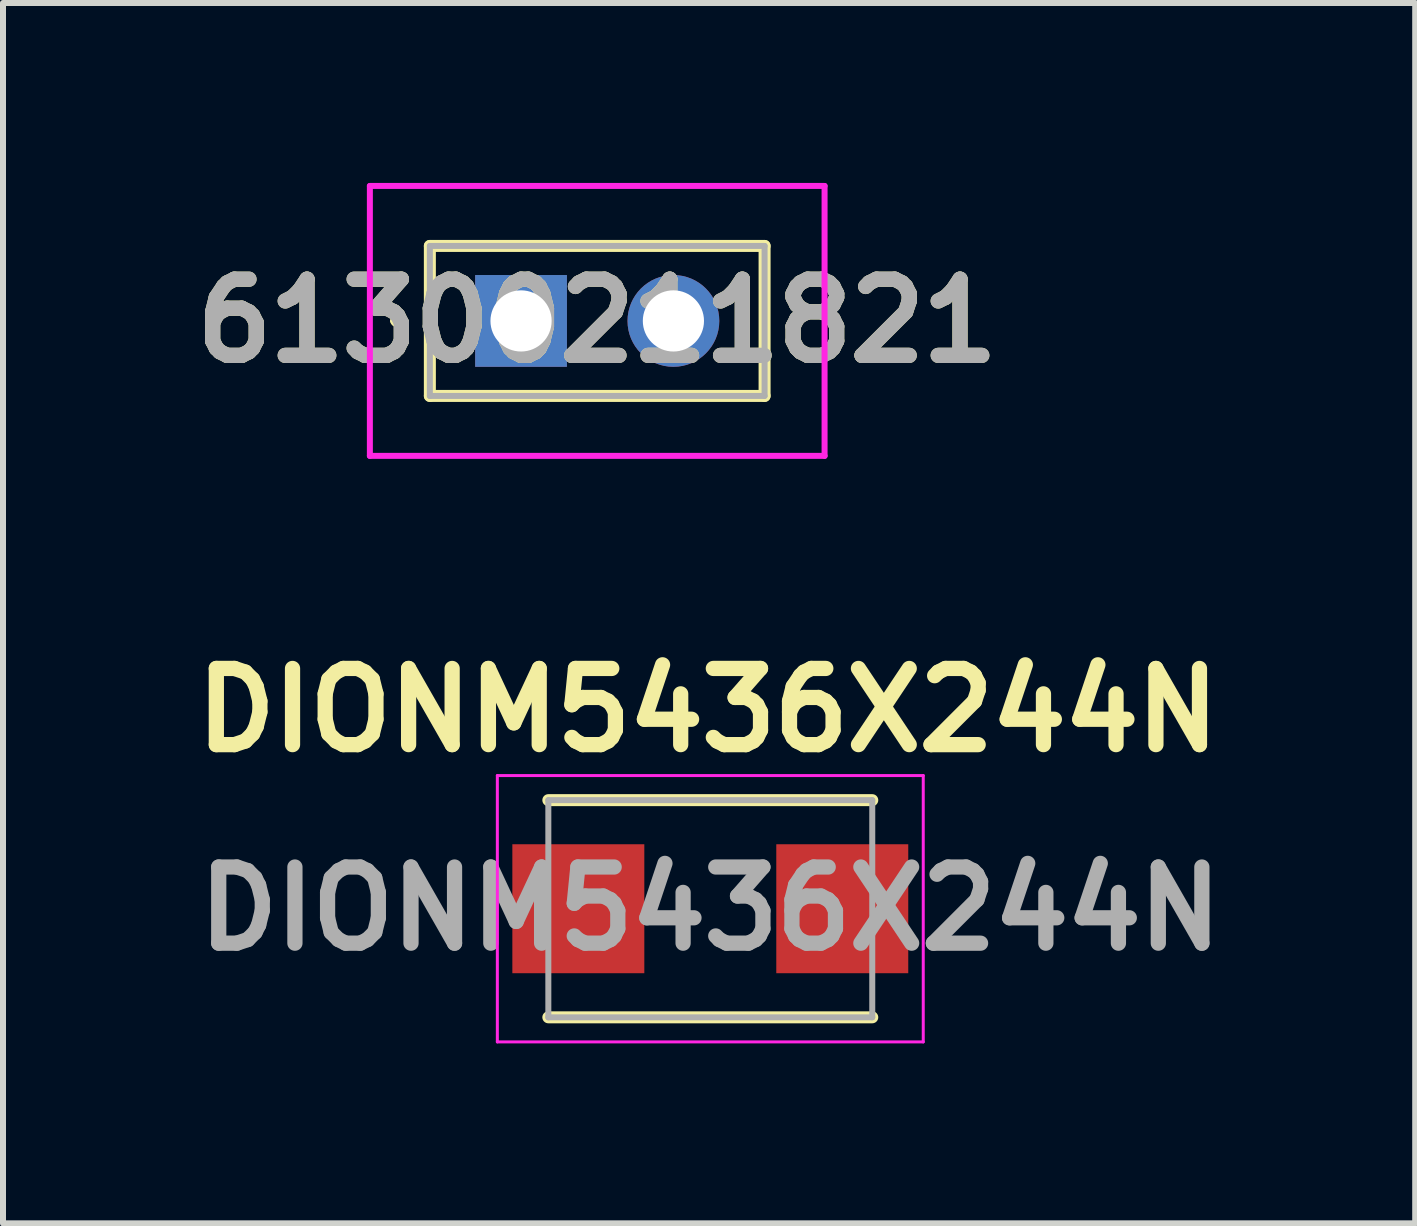
<source format=kicad_pcb>
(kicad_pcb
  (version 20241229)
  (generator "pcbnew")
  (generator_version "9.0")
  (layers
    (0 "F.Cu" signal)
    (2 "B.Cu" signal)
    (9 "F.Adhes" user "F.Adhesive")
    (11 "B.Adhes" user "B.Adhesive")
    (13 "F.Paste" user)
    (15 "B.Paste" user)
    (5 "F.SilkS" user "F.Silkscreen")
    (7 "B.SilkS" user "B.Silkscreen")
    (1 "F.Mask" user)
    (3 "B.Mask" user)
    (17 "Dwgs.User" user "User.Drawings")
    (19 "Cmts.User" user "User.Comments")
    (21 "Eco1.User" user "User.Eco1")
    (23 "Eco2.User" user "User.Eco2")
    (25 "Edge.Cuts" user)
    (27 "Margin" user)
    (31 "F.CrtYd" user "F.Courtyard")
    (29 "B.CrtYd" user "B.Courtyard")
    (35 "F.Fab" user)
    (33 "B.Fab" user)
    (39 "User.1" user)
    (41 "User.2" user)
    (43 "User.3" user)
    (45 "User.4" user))
  (footprint "61300211821"
    (layer "F.Cu")
    (at 5.636 2.3)
    (property "Reference" "61300211821" (at 1.27 0 0) (layer "F.SilkS") (effects (font (size 1.27 1.27) (thickness 0.254))))
    (attr through_hole)
    (fp_line (start -2.13 0) (end -2.13 0) (stroke (width 0.1) (type solid)) (layer "F.SilkS"))
    (fp_line (start -2.03 0) (end -2.03 0) (stroke (width 0.1) (type solid)) (layer "F.SilkS"))
    (fp_line (start -1.52 -1.25) (end 4.06 -1.25) (stroke (width 0.2) (type solid)) (layer "F.SilkS"))
    (fp_line (start -1.52 1.25) (end -1.52 -1.25) (stroke (width 0.2) (type solid)) (layer "F.SilkS"))
    (fp_line (start 4.06 -1.25) (end 4.06 1.25) (stroke (width 0.2) (type solid)) (layer "F.SilkS"))
    (fp_line (start 4.06 1.25) (end -1.52 1.25) (stroke (width 0.2) (type solid)) (layer "F.SilkS"))
    (fp_arc (start -2.13 0) (mid -2.08 -0.05) (end -2.03 0) (stroke (width 0.1) (type solid)) (layer "F.SilkS"))
    (fp_arc (start -2.03 0) (mid -2.08 0.05) (end -2.13 0) (stroke (width 0.1) (type solid)) (layer "F.SilkS"))
    (fp_line (start -2.52 -2.25) (end 5.06 -2.25) (stroke (width 0.1) (type solid)) (layer "F.CrtYd"))
    (fp_line (start -2.52 2.25) (end -2.52 -2.25) (stroke (width 0.1) (type solid)) (layer "F.CrtYd"))
    (fp_line (start 5.06 -2.25) (end 5.06 2.25) (stroke (width 0.1) (type solid)) (layer "F.CrtYd"))
    (fp_line (start 5.06 2.25) (end -2.52 2.25) (stroke (width 0.1) (type solid)) (layer "F.CrtYd"))
    (fp_line (start -1.52 -1.25) (end 4.06 -1.25) (stroke (width 0.1) (type solid)) (layer "F.Fab"))
    (fp_line (start -1.52 1.25) (end -1.52 -1.25) (stroke (width 0.1) (type solid)) (layer "F.Fab"))
    (fp_line (start 4.06 -1.25) (end 4.06 1.25) (stroke (width 0.1) (type solid)) (layer "F.Fab"))
    (fp_line (start 4.06 1.25) (end -1.52 1.25) (stroke (width 0.1) (type solid)) (layer "F.Fab"))
    (fp_text user "${REFERENCE}" (at 1.27 0 0) (layer "F.Fab") (effects (font (size 1.27 1.27) (thickness 0.254))))
    (pad "1" thru_hole rect (at 0 0) (size 1.53 1.53) (drill 1.02) (layers "*.Cu" "*.Mask"))
    (pad "2" thru_hole circle (at 2.54 0) (size 1.53 1.53) (drill 1.02) (layers "*.Cu" "*.Mask")))
  (footprint "DIONM5436X244N"
    (layer "F.Cu")
    (at 8.791 12.099)
    (property "Reference" "DIONM5436X244N" (at -0.04 -3.31 0) (layer "F.SilkS") (effects (font (size 1.27 1.27) (thickness 0.254))))
    (attr smd)
    (fp_line (start -2.7 1.81) (end 2.7 1.81) (stroke (width 0.2) (type solid)) (layer "F.SilkS"))
    (fp_line (start 2.7 -1.81) (end -2.7 -1.81) (stroke (width 0.2) (type solid)) (layer "F.SilkS"))
    (fp_line (start -3.55 -2.22) (end 3.55 -2.22) (stroke (width 0.05) (type solid)) (layer "F.CrtYd"))
    (fp_line (start -3.55 2.22) (end -3.55 -2.22) (stroke (width 0.05) (type solid)) (layer "F.CrtYd"))
    (fp_line (start 3.55 -2.22) (end 3.55 2.22) (stroke (width 0.05) (type solid)) (layer "F.CrtYd"))
    (fp_line (start 3.55 2.22) (end -3.55 2.22) (stroke (width 0.05) (type solid)) (layer "F.CrtYd"))
    (fp_line (start -2.7 -1.81) (end 2.7 -1.81) (stroke (width 0.1) (type solid)) (layer "F.Fab"))
    (fp_line (start -2.7 1.81) (end -2.7 -1.81) (stroke (width 0.1) (type solid)) (layer "F.Fab"))
    (fp_line (start 2.7 -1.81) (end 2.7 1.81) (stroke (width 0.1) (type solid)) (layer "F.Fab"))
    (fp_line (start 2.7 1.81) (end -2.7 1.81) (stroke (width 0.1) (type solid)) (layer "F.Fab"))
    (fp_text user "${REFERENCE}" (at 0 0 0) (layer "F.Fab") (effects (font (size 1.27 1.27) (thickness 0.254))))
    (pad "1" smd rect (at -2.2 0 90) (size 2.15 2.2) (layers "F.Cu" "F.Mask" "F.Paste"))
    (pad "2" smd rect (at 2.2 0 90) (size 2.15 2.2) (layers "F.Cu" "F.Mask" "F.Paste")))
  (gr_rect
    (start -3 -3)
    (end 20.542 17.344)
    (stroke (width 0.1) (type default))
    (fill no)
    (layer "Edge.Cuts")))
</source>
